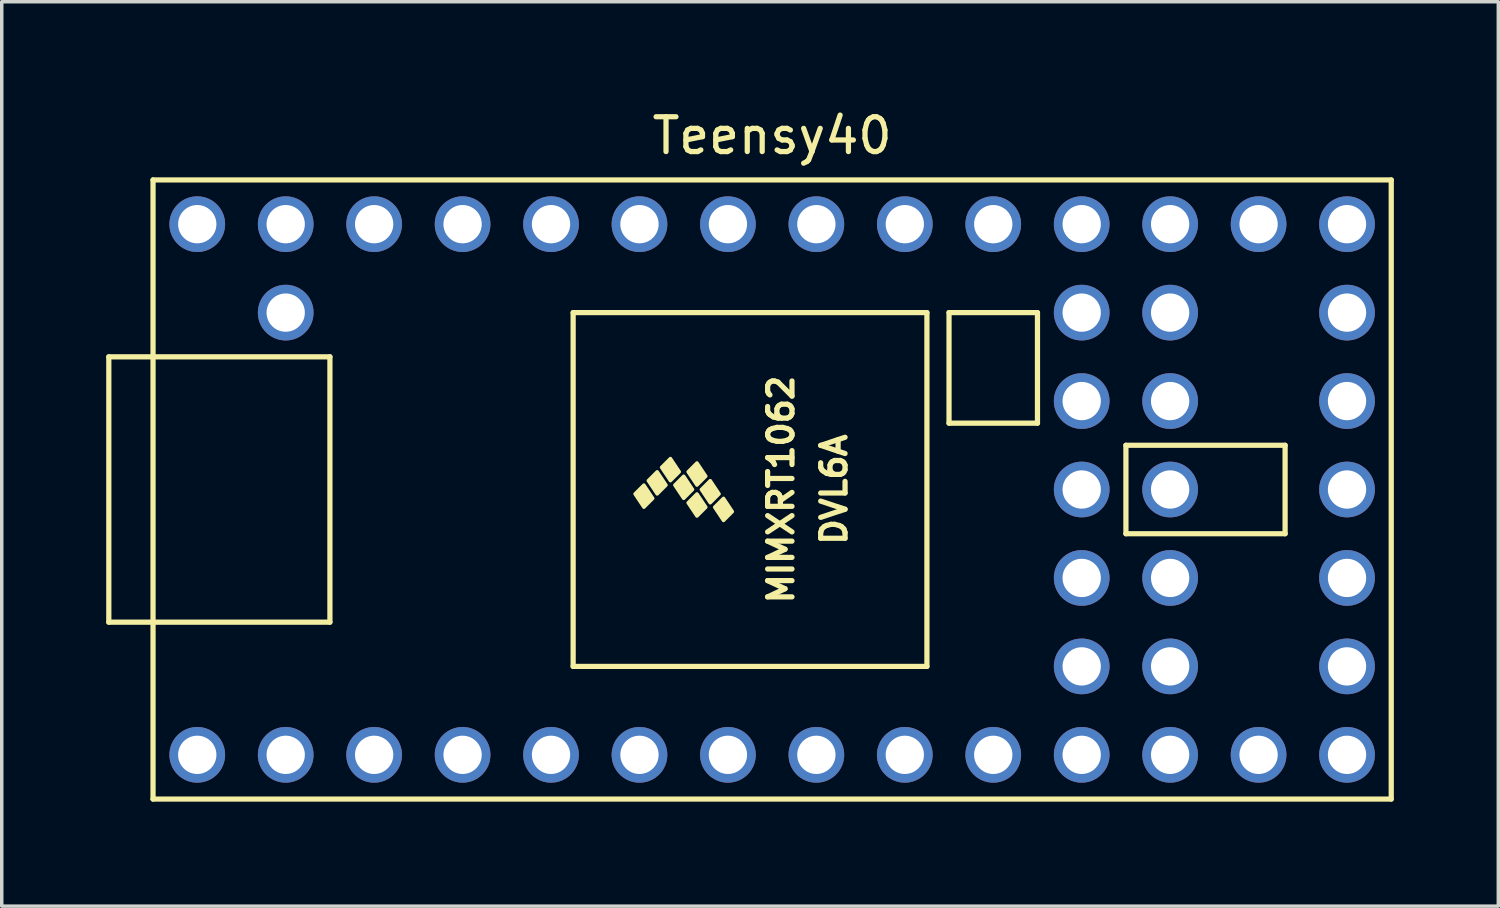
<source format=kicad_pcb>
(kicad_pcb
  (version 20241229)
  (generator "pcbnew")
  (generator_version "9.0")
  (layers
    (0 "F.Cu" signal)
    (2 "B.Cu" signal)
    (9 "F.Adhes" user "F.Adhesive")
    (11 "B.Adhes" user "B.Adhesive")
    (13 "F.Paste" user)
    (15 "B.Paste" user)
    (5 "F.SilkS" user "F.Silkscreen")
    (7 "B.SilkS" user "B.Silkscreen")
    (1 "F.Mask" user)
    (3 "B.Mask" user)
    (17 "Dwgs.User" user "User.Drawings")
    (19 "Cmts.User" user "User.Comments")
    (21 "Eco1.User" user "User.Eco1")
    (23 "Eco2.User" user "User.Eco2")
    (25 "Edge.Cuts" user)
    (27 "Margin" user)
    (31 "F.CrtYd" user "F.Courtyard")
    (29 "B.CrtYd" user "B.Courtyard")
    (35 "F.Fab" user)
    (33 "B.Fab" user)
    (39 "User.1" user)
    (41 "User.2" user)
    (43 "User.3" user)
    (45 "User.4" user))
  (footprint "Teensy40"
    (layer "F.Cu")
    (at 19.125 11.008)
    (property "Reference" "Teensy40" (at 0 -10.16 0) (layer "F.SilkS") (effects (font (size 1 1) (thickness 0.15))))
    (attr through_hole)
    (fp_line (start -19.05 -3.81) (end -17.78 -3.81) (stroke (width 0.15) (type solid)) (layer "F.SilkS"))
    (fp_line (start -19.05 3.81) (end -19.05 -3.81) (stroke (width 0.15) (type solid)) (layer "F.SilkS"))
    (fp_line (start -17.78 -8.89) (end 17.78 -8.89) (stroke (width 0.15) (type solid)) (layer "F.SilkS"))
    (fp_line (start -17.78 3.81) (end -19.05 3.81) (stroke (width 0.15) (type solid)) (layer "F.SilkS"))
    (fp_line (start -17.78 8.89) (end -17.78 -8.89) (stroke (width 0.15) (type solid)) (layer "F.SilkS"))
    (fp_line (start -12.7 -3.81) (end -17.78 -3.81) (stroke (width 0.15) (type solid)) (layer "F.SilkS"))
    (fp_line (start -12.7 3.81) (end -17.78 3.81) (stroke (width 0.15) (type solid)) (layer "F.SilkS"))
    (fp_line (start -12.7 3.81) (end -12.7 -3.81) (stroke (width 0.15) (type solid)) (layer "F.SilkS"))
    (fp_line (start -5.715 -5.08) (end -5.715 5.08) (stroke (width 0.15) (type solid)) (layer "F.SilkS"))
    (fp_line (start 4.445 -5.08) (end -5.715 -5.08) (stroke (width 0.15) (type solid)) (layer "F.SilkS"))
    (fp_line (start 4.445 5.08) (end -5.715 5.08) (stroke (width 0.15) (type solid)) (layer "F.SilkS"))
    (fp_line (start 4.445 5.08) (end 4.445 -5.08) (stroke (width 0.15) (type solid)) (layer "F.SilkS"))
    (fp_line (start 5.08 -5.08) (end 7.62 -5.08) (stroke (width 0.15) (type solid)) (layer "F.SilkS"))
    (fp_line (start 5.08 -1.905) (end 5.08 -5.08) (stroke (width 0.15) (type solid)) (layer "F.SilkS"))
    (fp_line (start 7.62 -5.08) (end 7.62 -1.905) (stroke (width 0.15) (type solid)) (layer "F.SilkS"))
    (fp_line (start 7.62 -1.905) (end 5.08 -1.905) (stroke (width 0.15) (type solid)) (layer "F.SilkS"))
    (fp_line (start 10.16 -1.27) (end 14.732 -1.27) (stroke (width 0.15) (type solid)) (layer "F.SilkS"))
    (fp_line (start 10.16 1.27) (end 10.16 -1.27) (stroke (width 0.15) (type solid)) (layer "F.SilkS"))
    (fp_line (start 14.732 -1.27) (end 14.732 1.27) (stroke (width 0.15) (type solid)) (layer "F.SilkS"))
    (fp_line (start 14.732 1.27) (end 10.16 1.27) (stroke (width 0.15) (type solid)) (layer "F.SilkS"))
    (fp_line (start 17.78 -8.89) (end 17.78 8.89) (stroke (width 0.15) (type solid)) (layer "F.SilkS"))
    (fp_line (start 17.78 8.89) (end -17.78 8.89) (stroke (width 0.15) (type solid)) (layer "F.SilkS"))
    (fp_poly (pts (xy -3.937 0.127) (xy -3.683 -0.127) (xy -3.429 0.254) (xy -3.683 0.508)) (stroke (width 0.1) (type solid)) (fill yes) (layer "F.SilkS"))
    (fp_poly (pts (xy -3.556 -0.254) (xy -3.302 -0.508) (xy -3.048 -0.127) (xy -3.302 0.127)) (stroke (width 0.1) (type solid)) (fill yes) (layer "F.SilkS"))
    (fp_poly (pts (xy -3.175 -0.635) (xy -2.921 -0.889) (xy -2.667 -0.508) (xy -2.921 -0.254)) (stroke (width 0.1) (type solid)) (fill yes) (layer "F.SilkS"))
    (fp_poly (pts (xy -2.794 -0.127) (xy -2.54 -0.381) (xy -2.286 0) (xy -2.54 0.254)) (stroke (width 0.1) (type solid)) (fill yes) (layer "F.SilkS"))
    (fp_poly (pts (xy -2.413 -0.508) (xy -2.159 -0.762) (xy -1.905 -0.381) (xy -2.159 -0.127)) (stroke (width 0.1) (type solid)) (fill yes) (layer "F.SilkS"))
    (fp_poly (pts (xy -2.413 0.381) (xy -2.159 0.127) (xy -1.905 0.508) (xy -2.159 0.762)) (stroke (width 0.1) (type solid)) (fill yes) (layer "F.SilkS"))
    (fp_poly (pts (xy -2.032 0) (xy -1.778 -0.254) (xy -1.524 0.127) (xy -1.778 0.381)) (stroke (width 0.1) (type solid)) (fill yes) (layer "F.SilkS"))
    (fp_poly (pts (xy -1.651 0.508) (xy -1.397 0.254) (xy -1.143 0.635) (xy -1.397 0.889)) (stroke (width 0.1) (type solid)) (fill yes) (layer "F.SilkS"))
    (fp_text user "DVL6A" (at 1.778 0 90) (layer "F.SilkS") (effects (font (size 0.7 0.7) (thickness 0.15))))
    (fp_text user "MIMXRT1062" (at 0.254 0 90) (layer "F.SilkS") (effects (font (size 0.7 0.7) (thickness 0.15))))
    (pad "0" thru_hole circle (at -13.97 7.62) (size 1.6 1.6) (drill 1.1) (layers "*.Cu" "*.Mask"))
    (pad "1" thru_hole circle (at -11.43 7.62) (size 1.6 1.6) (drill 1.1) (layers "*.Cu" "*.Mask"))
    (pad "2" thru_hole circle (at -8.89 7.62) (size 1.6 1.6) (drill 1.1) (layers "*.Cu" "*.Mask"))
    (pad "3" thru_hole circle (at -6.35 7.62) (size 1.6 1.6) (drill 1.1) (layers "*.Cu" "*.Mask"))
    (pad "3.3V" thru_hole circle (at 16.51 2.54) (size 1.6 1.6) (drill 1.1) (layers "*.Cu" "*.Mask"))
    (pad "3V" thru_hole circle (at -11.43 -7.62) (size 1.6 1.6) (drill 1.1) (layers "*.Cu" "*.Mask"))
    (pad "4" thru_hole circle (at -3.81 7.62) (size 1.6 1.6) (drill 1.1) (layers "*.Cu" "*.Mask"))
    (pad "5" thru_hole circle (at -1.27 7.62) (size 1.6 1.6) (drill 1.1) (layers "*.Cu" "*.Mask"))
    (pad "6" thru_hole circle (at 1.27 7.62) (size 1.6 1.6) (drill 1.1) (layers "*.Cu" "*.Mask"))
    (pad "7" thru_hole circle (at 3.81 7.62) (size 1.6 1.6) (drill 1.1) (layers "*.Cu" "*.Mask"))
    (pad "8" thru_hole circle (at 6.35 7.62) (size 1.6 1.6) (drill 1.1) (layers "*.Cu" "*.Mask"))
    (pad "9" thru_hole circle (at 8.89 7.62) (size 1.6 1.6) (drill 1.1) (layers "*.Cu" "*.Mask"))
    (pad "10" thru_hole circle (at 11.43 7.62) (size 1.6 1.6) (drill 1.1) (layers "*.Cu" "*.Mask"))
    (pad "11" thru_hole circle (at 13.97 7.62) (size 1.6 1.6) (drill 1.1) (layers "*.Cu" "*.Mask"))
    (pad "12" thru_hole circle (at 16.51 7.62) (size 1.6 1.6) (drill 1.1) (layers "*.Cu" "*.Mask"))
    (pad "13" thru_hole circle (at 16.51 -7.62) (size 1.6 1.6) (drill 1.1) (layers "*.Cu" "*.Mask"))
    (pad "14" thru_hole circle (at 13.97 -7.62) (size 1.6 1.6) (drill 1.1) (layers "*.Cu" "*.Mask"))
    (pad "15" thru_hole circle (at 11.43 -7.62) (size 1.6 1.6) (drill 1.1) (layers "*.Cu" "*.Mask"))
    (pad "16" thru_hole circle (at 8.89 -7.62) (size 1.6 1.6) (drill 1.1) (layers "*.Cu" "*.Mask"))
    (pad "17" thru_hole circle (at 6.35 -7.62) (size 1.6 1.6) (drill 1.1) (layers "*.Cu" "*.Mask"))
    (pad "18" thru_hole circle (at 3.81 -7.62) (size 1.6 1.6) (drill 1.1) (layers "*.Cu" "*.Mask"))
    (pad "19" thru_hole circle (at 1.27 -7.62) (size 1.6 1.6) (drill 1.1) (layers "*.Cu" "*.Mask"))
    (pad "20" thru_hole circle (at -1.27 -7.62) (size 1.6 1.6) (drill 1.1) (layers "*.Cu" "*.Mask"))
    (pad "21" thru_hole circle (at -3.81 -7.62) (size 1.6 1.6) (drill 1.1) (layers "*.Cu" "*.Mask"))
    (pad "22" thru_hole circle (at -6.35 -7.62) (size 1.6 1.6) (drill 1.1) (layers "*.Cu" "*.Mask"))
    (pad "23" thru_hole circle (at -8.89 -7.62) (size 1.6 1.6) (drill 1.1) (layers "*.Cu" "*.Mask"))
    (pad "24" thru_hole circle (at 11.43 5.08) (size 1.6 1.6) (drill 1.1) (layers "*.Cu" "*.Mask"))
    (pad "25" thru_hole circle (at 8.89 5.08) (size 1.6 1.6) (drill 1.1) (layers "*.Cu" "*.Mask"))
    (pad "26" thru_hole circle (at 11.43 2.54) (size 1.6 1.6) (drill 1.1) (layers "*.Cu" "*.Mask"))
    (pad "27" thru_hole circle (at 8.89 2.54) (size 1.6 1.6) (drill 1.1) (layers "*.Cu" "*.Mask"))
    (pad "28" thru_hole circle (at 11.43 0) (size 1.6 1.6) (drill 1.1) (layers "*.Cu" "*.Mask"))
    (pad "29" thru_hole circle (at 8.89 0) (size 1.6 1.6) (drill 1.1) (layers "*.Cu" "*.Mask"))
    (pad "30" thru_hole circle (at 11.43 -2.54) (size 1.6 1.6) (drill 1.1) (layers "*.Cu" "*.Mask"))
    (pad "31" thru_hole circle (at 8.89 -2.54) (size 1.6 1.6) (drill 1.1) (layers "*.Cu" "*.Mask"))
    (pad "32" thru_hole circle (at 11.43 -5.08) (size 1.6 1.6) (drill 1.1) (layers "*.Cu" "*.Mask"))
    (pad "33" thru_hole circle (at 8.89 -5.08) (size 1.6 1.6) (drill 1.1) (layers "*.Cu" "*.Mask"))
    (pad "34" thru_hole circle (at -13.97 -5.08) (size 1.6 1.6) (drill 1.1) (layers "*.Cu" "*.Mask"))
    (pad "G1" thru_hole circle (at -16.51 7.62) (size 1.6 1.6) (drill 1.1) (layers "*.Cu" "*.Mask"))
    (pad "G2" thru_hole circle (at 16.51 0) (size 1.6 1.6) (drill 1.1) (layers "*.Cu" "*.Mask"))
    (pad "G3" thru_hole circle (at -13.97 -7.62) (size 1.6 1.6) (drill 1.1) (layers "*.Cu" "*.Mask"))
    (pad "On/Off" thru_hole circle (at 16.51 -5.08) (size 1.6 1.6) (drill 1.1) (layers "*.Cu" "*.Mask"))
    (pad "Prg" thru_hole circle (at 16.51 -2.54) (size 1.6 1.6) (drill 1.1) (layers "*.Cu" "*.Mask"))
    (pad "Vbat" thru_hole circle (at 16.51 5.08) (size 1.6 1.6) (drill 1.1) (layers "*.Cu" "*.Mask"))
    (pad "Vin" thru_hole circle (at -16.51 -7.62) (size 1.6 1.6) (drill 1.1) (layers "*.Cu" "*.Mask")))
  (gr_rect
    (start -3 -3)
    (end 39.98 22.973)
    (stroke (width 0.1) (type default))
    (fill no)
    (layer "Edge.Cuts")))
</source>
